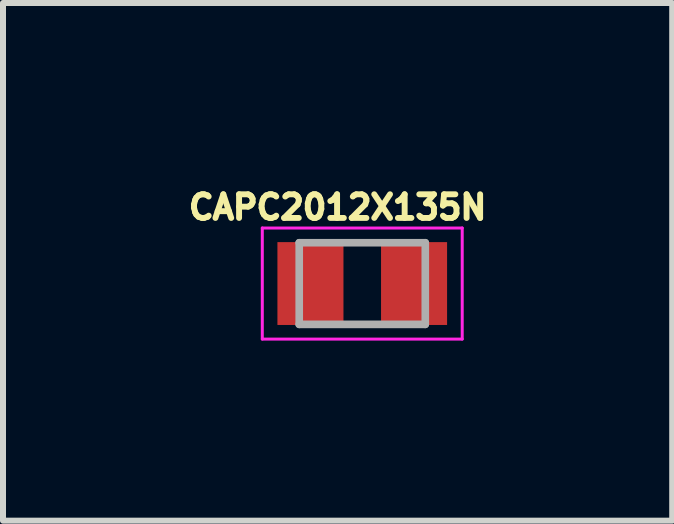
<source format=kicad_pcb>
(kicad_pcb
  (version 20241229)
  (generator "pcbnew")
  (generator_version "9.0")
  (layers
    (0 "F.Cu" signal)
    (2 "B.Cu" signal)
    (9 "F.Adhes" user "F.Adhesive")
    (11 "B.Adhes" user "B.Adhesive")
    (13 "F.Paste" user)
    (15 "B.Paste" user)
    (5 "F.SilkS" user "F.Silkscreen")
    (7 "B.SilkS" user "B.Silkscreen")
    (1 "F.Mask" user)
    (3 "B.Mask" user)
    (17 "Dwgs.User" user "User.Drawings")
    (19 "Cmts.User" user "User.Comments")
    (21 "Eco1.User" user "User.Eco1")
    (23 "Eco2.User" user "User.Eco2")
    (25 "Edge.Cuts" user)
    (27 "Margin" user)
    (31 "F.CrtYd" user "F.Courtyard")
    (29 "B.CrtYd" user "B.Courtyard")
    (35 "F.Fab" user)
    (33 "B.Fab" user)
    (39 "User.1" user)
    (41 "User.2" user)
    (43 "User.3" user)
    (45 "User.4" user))
  (footprint "CAPC2012X135N"
    (layer "F.Cu")
    (at 2.984 1.673)
    (property "Reference" "CAPC2012X135N" (at -0.41 -1.27 0) (layer "F.SilkS") (effects (font (size 0.394 0.394) (thickness 0.15))))
    (attr through_hole)
    (fp_line (start -1.665 -0.925) (end 1.665 -0.925) (stroke (width 0.05) (type solid)) (layer "F.CrtYd"))
    (fp_line (start -1.665 0.925) (end -1.665 -0.925) (stroke (width 0.05) (type solid)) (layer "F.CrtYd"))
    (fp_line (start -1.665 0.925) (end 1.665 0.925) (stroke (width 0.05) (type solid)) (layer "F.CrtYd"))
    (fp_line (start 1.665 0.925) (end 1.665 -0.925) (stroke (width 0.05) (type solid)) (layer "F.CrtYd"))
    (fp_line (start -1.05 0.68) (end -1.05 -0.68) (stroke (width 0.127) (type solid)) (layer "F.Fab"))
    (fp_line (start 1.05 -0.68) (end -1.05 -0.68) (stroke (width 0.127) (type solid)) (layer "F.Fab"))
    (fp_line (start 1.05 0.68) (end -1.05 0.68) (stroke (width 0.127) (type solid)) (layer "F.Fab"))
    (fp_line (start 1.05 0.68) (end 1.05 -0.68) (stroke (width 0.127) (type solid)) (layer "F.Fab"))
    (pad "1" smd rect (at -0.863 0) (size 1.1 1.38) (layers "F.Cu" "F.Mask" "F.Paste"))
    (pad "2" smd rect (at 0.863 0) (size 1.1 1.38) (layers "F.Cu" "F.Mask" "F.Paste")))
  (gr_rect
    (start -3 -3)
    (end 8.147 5.623)
    (stroke (width 0.1) (type default))
    (fill no)
    (layer "Edge.Cuts")))
</source>
